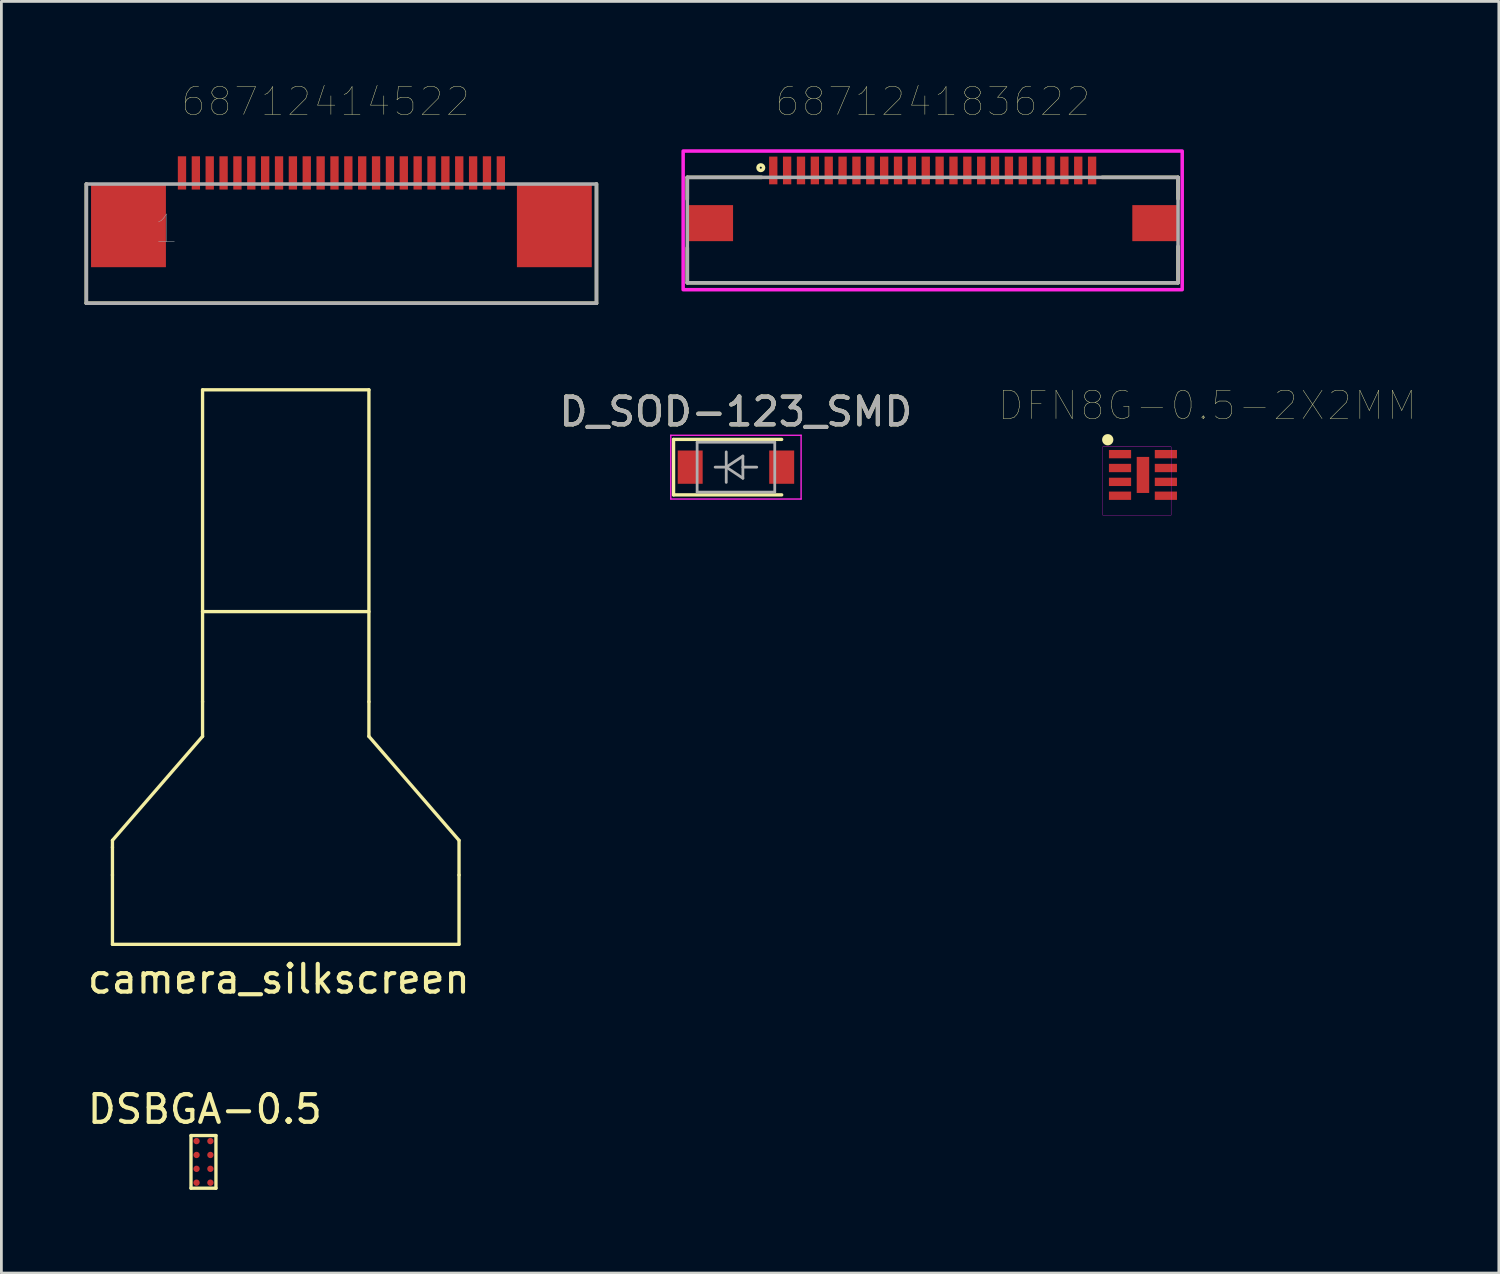
<source format=kicad_pcb>
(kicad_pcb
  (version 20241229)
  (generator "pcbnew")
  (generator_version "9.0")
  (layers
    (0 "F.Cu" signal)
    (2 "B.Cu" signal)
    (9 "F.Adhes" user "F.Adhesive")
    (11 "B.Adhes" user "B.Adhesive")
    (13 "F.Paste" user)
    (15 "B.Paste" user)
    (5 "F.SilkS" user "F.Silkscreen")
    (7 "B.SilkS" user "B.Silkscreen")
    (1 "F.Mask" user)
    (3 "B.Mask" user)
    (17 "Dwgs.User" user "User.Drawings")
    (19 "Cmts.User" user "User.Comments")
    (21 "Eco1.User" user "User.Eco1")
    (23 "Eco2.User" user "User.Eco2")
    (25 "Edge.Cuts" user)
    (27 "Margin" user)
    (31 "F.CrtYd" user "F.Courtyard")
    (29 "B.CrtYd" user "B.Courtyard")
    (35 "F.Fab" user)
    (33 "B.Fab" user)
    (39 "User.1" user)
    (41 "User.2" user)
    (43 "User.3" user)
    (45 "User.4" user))
  (footprint "D_SOD-123_SMD"
    (layer "F.Cu")
    (at 23.494 13.799)
    (property "Reference" "D_SOD-123_SMD" (at 0 -2 0) (layer "F.SilkS") (effects (font (size 1 1) (thickness 0.15))))
    (attr smd)
    (fp_line (start -2.25 -1) (end -2.25 1) (stroke (width 0.12) (type solid)) (layer "F.SilkS"))
    (fp_line (start -2.25 -1) (end 1.65 -1) (stroke (width 0.12) (type solid)) (layer "F.SilkS"))
    (fp_line (start -2.25 1) (end 1.65 1) (stroke (width 0.12) (type solid)) (layer "F.SilkS"))
    (fp_line (start -2.35 -1.15) (end -2.35 1.15) (stroke (width 0.05) (type solid)) (layer "F.CrtYd"))
    (fp_line (start -2.35 -1.15) (end 2.35 -1.15) (stroke (width 0.05) (type solid)) (layer "F.CrtYd"))
    (fp_line (start 2.35 -1.15) (end 2.35 1.15) (stroke (width 0.05) (type solid)) (layer "F.CrtYd"))
    (fp_line (start 2.35 1.15) (end -2.35 1.15) (stroke (width 0.05) (type solid)) (layer "F.CrtYd"))
    (fp_line (start -1.4 -0.9) (end 1.4 -0.9) (stroke (width 0.1) (type solid)) (layer "F.Fab"))
    (fp_line (start -1.4 0.9) (end -1.4 -0.9) (stroke (width 0.1) (type solid)) (layer "F.Fab"))
    (fp_line (start -0.75 0) (end -0.35 0) (stroke (width 0.1) (type solid)) (layer "F.Fab"))
    (fp_line (start -0.35 0) (end -0.35 -0.55) (stroke (width 0.1) (type solid)) (layer "F.Fab"))
    (fp_line (start -0.35 0) (end -0.35 0.55) (stroke (width 0.1) (type solid)) (layer "F.Fab"))
    (fp_line (start -0.35 0) (end 0.25 -0.4) (stroke (width 0.1) (type solid)) (layer "F.Fab"))
    (fp_line (start 0.25 -0.4) (end 0.25 0.4) (stroke (width 0.1) (type solid)) (layer "F.Fab"))
    (fp_line (start 0.25 0) (end 0.75 0) (stroke (width 0.1) (type solid)) (layer "F.Fab"))
    (fp_line (start 0.25 0.4) (end -0.35 0) (stroke (width 0.1) (type solid)) (layer "F.Fab"))
    (fp_line (start 1.4 -0.9) (end 1.4 0.9) (stroke (width 0.1) (type solid)) (layer "F.Fab"))
    (fp_line (start 1.4 0.9) (end -1.4 0.9) (stroke (width 0.1) (type solid)) (layer "F.Fab"))
    (fp_text user "${REFERENCE}" (at 0 -2 0) (layer "F.Fab") (effects (font (size 1 1) (thickness 0.15))))
    (pad "1" smd rect (at -1.65 0) (size 0.9 1.2) (layers "F.Cu" "F.Mask" "F.Paste"))
    (pad "2" smd rect (at 1.65 0) (size 0.9 1.2) (layers "F.Cu" "F.Mask" "F.Paste")))
  (footprint "camera_silkscreen"
    (layer "F.Cu")
    (at 7.256 21.01)
    (property "Reference" "camera_silkscreen" (at -0.25 11.25 0) (layer "F.SilkS") (effects (font (size 1 1) (thickness 0.15))))
    (attr through_hole)
    (fp_line (start -6.25 6.25) (end -3 2.5) (stroke (width 0.12) (type solid)) (layer "F.SilkS"))
    (fp_line (start -6.25 6.5) (end -6.25 6.25) (stroke (width 0.12) (type solid)) (layer "F.SilkS"))
    (fp_line (start -6.25 7.5) (end -6.25 6.5) (stroke (width 0.12) (type solid)) (layer "F.SilkS"))
    (fp_line (start -6.25 10) (end -6.25 7.5) (stroke (width 0.12) (type solid)) (layer "F.SilkS"))
    (fp_line (start -6.25 10) (end 6.25 10) (stroke (width 0.12) (type solid)) (layer "F.SilkS"))
    (fp_line (start -3 -10) (end -3 -2) (stroke (width 0.12) (type solid)) (layer "F.SilkS"))
    (fp_line (start -3 1.25) (end -3 -2) (stroke (width 0.12) (type solid)) (layer "F.SilkS"))
    (fp_line (start -3 2.5) (end -3 1.25) (stroke (width 0.12) (type solid)) (layer "F.SilkS"))
    (fp_line (start 3 -10) (end -3 -10) (stroke (width 0.12) (type solid)) (layer "F.SilkS"))
    (fp_line (start 3 -2) (end -3 -2) (stroke (width 0.12) (type solid)) (layer "F.SilkS"))
    (fp_line (start 3 1.25) (end 3 -10) (stroke (width 0.12) (type solid)) (layer "F.SilkS"))
    (fp_line (start 3 2.5) (end 3 1.25) (stroke (width 0.12) (type solid)) (layer "F.SilkS"))
    (fp_line (start 3 2.5) (end 6.25 6.25) (stroke (width 0.12) (type solid)) (layer "F.SilkS"))
    (fp_line (start 6.25 7.5) (end 6.25 6.25) (stroke (width 0.12) (type solid)) (layer "F.SilkS"))
    (fp_line (start 6.25 10) (end 6.25 7.5) (stroke (width 0.12) (type solid)) (layer "F.SilkS")))
  (footprint "68712414522"
    (layer "F.Cu")
    (at 9.264 5.087)
    (property "Reference" "68712414522" (at -0.57 -4.474 180) (layer "F.SilkS") (effects (font (size 1.002 1.002) (thickness 0.015))))
    (attr through_hole)
    (fp_line (start -9.2 -1.5) (end -9.2 2.8) (stroke (width 0.127) (type solid)) (layer "F.SilkS"))
    (fp_line (start -9.2 2.8) (end 9.2 2.8) (stroke (width 0.127) (type solid)) (layer "F.SilkS"))
    (fp_line (start 9.2 2.8) (end 9.2 -1.5) (stroke (width 0.127) (type solid)) (layer "F.SilkS"))
    (fp_line (start -9.2 -1.5) (end 9.2 -1.5) (stroke (width 0.127) (type solid)) (layer "F.Fab"))
    (fp_line (start -9.2 2.8) (end -9.2 -1.5) (stroke (width 0.127) (type solid)) (layer "F.Fab"))
    (fp_line (start -9.2 2.8) (end 9.2 2.8) (stroke (width 0.127) (type solid)) (layer "F.Fab"))
    (fp_line (start 9.2 -1.5) (end 9.2 2.8) (stroke (width 0.127) (type solid)) (layer "F.Fab"))
    (fp_text user "1" (at -6.311 0.12 180) (layer "F.Fab") (effects (font (size 1.002 1.002) (thickness 0.015))))
    (pad "1" smd rect (at -5.75 -1.9) (size 0.3 1.2) (layers "F.Cu" "F.Mask" "F.Paste"))
    (pad "2" smd rect (at -5.25 -1.9) (size 0.3 1.2) (layers "F.Cu" "F.Mask" "F.Paste"))
    (pad "3" smd rect (at -4.75 -1.9) (size 0.3 1.2) (layers "F.Cu" "F.Mask" "F.Paste"))
    (pad "4" smd rect (at -4.25 -1.9) (size 0.3 1.2) (layers "F.Cu" "F.Mask" "F.Paste"))
    (pad "5" smd rect (at -3.75 -1.9) (size 0.3 1.2) (layers "F.Cu" "F.Mask" "F.Paste"))
    (pad "6" smd rect (at -3.25 -1.9) (size 0.3 1.2) (layers "F.Cu" "F.Mask" "F.Paste"))
    (pad "7" smd rect (at -2.75 -1.9) (size 0.3 1.2) (layers "F.Cu" "F.Mask" "F.Paste"))
    (pad "8" smd rect (at -2.25 -1.9) (size 0.3 1.2) (layers "F.Cu" "F.Mask" "F.Paste"))
    (pad "9" smd rect (at -1.75 -1.9) (size 0.3 1.2) (layers "F.Cu" "F.Mask" "F.Paste"))
    (pad "10" smd rect (at -1.25 -1.9) (size 0.3 1.2) (layers "F.Cu" "F.Mask" "F.Paste"))
    (pad "11" smd rect (at -0.75 -1.9) (size 0.3 1.2) (layers "F.Cu" "F.Mask" "F.Paste"))
    (pad "12" smd rect (at -0.25 -1.9) (size 0.3 1.2) (layers "F.Cu" "F.Mask" "F.Paste"))
    (pad "13" smd rect (at 0.25 -1.9) (size 0.3 1.2) (layers "F.Cu" "F.Mask" "F.Paste"))
    (pad "14" smd rect (at 0.75 -1.9) (size 0.3 1.2) (layers "F.Cu" "F.Mask" "F.Paste"))
    (pad "15" smd rect (at 1.25 -1.9) (size 0.3 1.2) (layers "F.Cu" "F.Mask" "F.Paste"))
    (pad "16" smd rect (at 1.75 -1.9) (size 0.3 1.2) (layers "F.Cu" "F.Mask" "F.Paste"))
    (pad "17" smd rect (at 2.25 -1.9) (size 0.3 1.2) (layers "F.Cu" "F.Mask" "F.Paste"))
    (pad "18" smd rect (at 2.75 -1.9) (size 0.3 1.2) (layers "F.Cu" "F.Mask" "F.Paste"))
    (pad "19" smd rect (at 3.25 -1.9) (size 0.3 1.2) (layers "F.Cu" "F.Mask" "F.Paste"))
    (pad "20" smd rect (at 3.75 -1.9) (size 0.3 1.2) (layers "F.Cu" "F.Mask" "F.Paste"))
    (pad "21" smd rect (at 4.25 -1.9) (size 0.3 1.2) (layers "F.Cu" "F.Mask" "F.Paste"))
    (pad "22" smd rect (at 4.75 -1.9) (size 0.3 1.2) (layers "F.Cu" "F.Mask" "F.Paste"))
    (pad "23" smd rect (at 5.25 -1.9) (size 0.3 1.2) (layers "F.Cu" "F.Mask" "F.Paste"))
    (pad "24" smd rect (at 5.75 -1.9) (size 0.3 1.2) (layers "F.Cu" "F.Mask" "F.Paste"))
    (pad "Z1" smd rect (at -7.68 0) (size 2.7 3) (layers "F.Cu" "F.Mask" "F.Paste"))
    (pad "Z2" smd rect (at 7.68 0) (size 2.7 3) (layers "F.Cu" "F.Mask" "F.Paste")))
  (footprint "687124183622"
    (layer "F.Cu")
    (at 30.59 4.998)
    (property "Reference" "687124183622" (at 0.005 -4.385 0) (layer "F.SilkS") (effects (font (size 1.002 1.002) (thickness 0.015))))
    (attr through_hole)
    (fp_line (start -8.85 -1.65) (end -8.85 -0.86) (stroke (width 0.127) (type solid)) (layer "F.SilkS"))
    (fp_line (start -8.85 0.89) (end -8.85 2.15) (stroke (width 0.127) (type solid)) (layer "F.SilkS"))
    (fp_line (start -8.85 2.15) (end 8.85 2.15) (stroke (width 0.127) (type solid)) (layer "F.SilkS"))
    (fp_line (start -6.17 -1.65) (end -8.85 -1.65) (stroke (width 0.127) (type solid)) (layer "F.SilkS"))
    (fp_line (start 6.11 -1.65) (end 8.85 -1.65) (stroke (width 0.127) (type solid)) (layer "F.SilkS"))
    (fp_line (start 8.85 -1.65) (end 8.85 -0.88) (stroke (width 0.127) (type solid)) (layer "F.SilkS"))
    (fp_line (start 8.85 2.15) (end 8.85 0.84) (stroke (width 0.127) (type solid)) (layer "F.SilkS"))
    (fp_circle (center -6.2 -2) (end -6.1 -2) (stroke (width 0.127) (type solid)) (fill no) (layer "F.SilkS"))
    (fp_poly (pts (xy -9 -2.6) (xy 9 -2.6) (xy 9 2.4) (xy -9 2.4)) (stroke (width 0.127) (type solid)) (fill no) (layer "F.CrtYd"))
    (fp_line (start -8.85 -1.65) (end 8.85 -1.65) (stroke (width 0.127) (type solid)) (layer "F.Fab"))
    (fp_line (start -8.85 2.15) (end -8.85 -1.65) (stroke (width 0.127) (type solid)) (layer "F.Fab"))
    (fp_line (start 8.85 -1.65) (end 8.85 2.15) (stroke (width 0.127) (type solid)) (layer "F.Fab"))
    (fp_line (start 8.85 2.15) (end -8.85 2.15) (stroke (width 0.127) (type solid)) (layer "F.Fab"))
    (pad "1" smd rect (at -5.75 -1.9) (size 0.3 1) (layers "F.Cu" "F.Mask" "F.Paste"))
    (pad "2" smd rect (at -5.25 -1.9) (size 0.3 1) (layers "F.Cu" "F.Mask" "F.Paste"))
    (pad "3" smd rect (at -4.75 -1.9) (size 0.3 1) (layers "F.Cu" "F.Mask" "F.Paste"))
    (pad "4" smd rect (at -4.25 -1.9) (size 0.3 1) (layers "F.Cu" "F.Mask" "F.Paste"))
    (pad "5" smd rect (at -3.75 -1.9) (size 0.3 1) (layers "F.Cu" "F.Mask" "F.Paste"))
    (pad "6" smd rect (at -3.25 -1.9) (size 0.3 1) (layers "F.Cu" "F.Mask" "F.Paste"))
    (pad "7" smd rect (at -2.75 -1.9) (size 0.3 1) (layers "F.Cu" "F.Mask" "F.Paste"))
    (pad "8" smd rect (at -2.25 -1.9) (size 0.3 1) (layers "F.Cu" "F.Mask" "F.Paste"))
    (pad "9" smd rect (at -1.75 -1.9) (size 0.3 1) (layers "F.Cu" "F.Mask" "F.Paste"))
    (pad "10" smd rect (at -1.25 -1.9) (size 0.3 1) (layers "F.Cu" "F.Mask" "F.Paste"))
    (pad "11" smd rect (at -0.75 -1.9) (size 0.3 1) (layers "F.Cu" "F.Mask" "F.Paste"))
    (pad "12" smd rect (at -0.25 -1.9) (size 0.3 1) (layers "F.Cu" "F.Mask" "F.Paste"))
    (pad "13" smd rect (at 0.25 -1.9) (size 0.3 1) (layers "F.Cu" "F.Mask" "F.Paste"))
    (pad "14" smd rect (at 0.75 -1.9) (size 0.3 1) (layers "F.Cu" "F.Mask" "F.Paste"))
    (pad "15" smd rect (at 1.25 -1.9) (size 0.3 1) (layers "F.Cu" "F.Mask" "F.Paste"))
    (pad "16" smd rect (at 1.75 -1.9) (size 0.3 1) (layers "F.Cu" "F.Mask" "F.Paste"))
    (pad "17" smd rect (at 2.25 -1.9) (size 0.3 1) (layers "F.Cu" "F.Mask" "F.Paste"))
    (pad "18" smd rect (at 2.75 -1.9) (size 0.3 1) (layers "F.Cu" "F.Mask" "F.Paste"))
    (pad "19" smd rect (at 3.25 -1.9) (size 0.3 1) (layers "F.Cu" "F.Mask" "F.Paste"))
    (pad "20" smd rect (at 3.75 -1.9) (size 0.3 1) (layers "F.Cu" "F.Mask" "F.Paste"))
    (pad "21" smd rect (at 4.25 -1.9) (size 0.3 1) (layers "F.Cu" "F.Mask" "F.Paste"))
    (pad "22" smd rect (at 4.75 -1.9) (size 0.3 1) (layers "F.Cu" "F.Mask" "F.Paste"))
    (pad "23" smd rect (at 5.25 -1.9) (size 0.3 1) (layers "F.Cu" "F.Mask" "F.Paste"))
    (pad "24" smd rect (at 5.75 -1.9) (size 0.3 1) (layers "F.Cu" "F.Mask" "F.Paste"))
    (pad "Z1" smd rect (at -8.025 0) (size 1.65 1.3) (layers "F.Cu" "F.Mask" "F.Paste"))
    (pad "Z2" smd rect (at 8.025 0) (size 1.65 1.3) (layers "F.Cu" "F.Mask" "F.Paste")))
  (footprint "DSBGA-0.5"
    (layer "F.Cu")
    (at 4.289 38.857)
    (property "Reference" "DSBGA-0.5" (at 0.05 -1.9 0) (layer "F.SilkS") (effects (font (size 1 1) (thickness 0.15))))
    (attr through_hole)
    (fp_line (start -0.45 -0.95) (end -0.45 0.95) (stroke (width 0.12) (type solid)) (layer "F.SilkS"))
    (fp_line (start -0.45 0.95) (end 0.45 0.95) (stroke (width 0.12) (type solid)) (layer "F.SilkS"))
    (fp_line (start 0.45 -0.95) (end -0.45 -0.95) (stroke (width 0.12) (type solid)) (layer "F.SilkS"))
    (fp_line (start 0.45 0.95) (end 0.45 -0.95) (stroke (width 0.12) (type solid)) (layer "F.SilkS"))
    (pad "A1" smd circle (at -0.25 -0.75) (size 0.23 0.23) (layers "F.Cu" "F.Mask" "F.Paste"))
    (pad "A2" smd circle (at 0.25 -0.75) (size 0.23 0.23) (layers "F.Cu" "F.Mask" "F.Paste"))
    (pad "B1" smd circle (at -0.25 -0.25) (size 0.23 0.23) (layers "F.Cu" "F.Mask" "F.Paste"))
    (pad "B2" smd circle (at 0.25 -0.25) (size 0.23 0.23) (layers "F.Cu" "F.Mask" "F.Paste"))
    (pad "C1" smd circle (at -0.25 0.25) (size 0.23 0.23) (layers "F.Cu" "F.Mask" "F.Paste"))
    (pad "C2" smd circle (at 0.25 0.25) (size 0.23 0.23) (layers "F.Cu" "F.Mask" "F.Paste"))
    (pad "D1" smd circle (at -0.25 0.75) (size 0.23 0.23) (layers "F.Cu" "F.Mask" "F.Paste"))
    (pad "D2" smd circle (at 0.25 0.75) (size 0.23 0.23) (layers "F.Cu" "F.Mask" "F.Paste")))
  (footprint "DFN8G-0.5-2X2MM"
    (layer "F.Cu")
    (at 38.174 14.08)
    (property "Reference" "DFN8G-0.5-2X2MM" (at 2.319 -2.505 0) (layer "F.SilkS") (effects (font (size 1.023 1.023) (thickness 0.015))))
    (attr through_hole)
    (fp_circle (center -1.27 -1.27) (end -1.067 -1.27) (stroke (width 0) (type solid)) (fill yes) (layer "F.SilkS"))
    (fp_poly (pts (xy -1.452 -1.016) (xy 1.016 -1.016) (xy 1.016 1.452) (xy -1.452 1.452)) (stroke (width 0.01) (type solid)) (fill no) (layer "F.CrtYd"))
    (pad "1" smd rect (at -0.827 -0.75) (size 0.8 0.3) (layers "F.Cu" "F.Mask" "F.Paste"))
    (pad "2" smd rect (at -0.827 -0.25) (size 0.8 0.3) (layers "F.Cu" "F.Mask" "F.Paste"))
    (pad "3" smd rect (at -0.827 0.25) (size 0.8 0.3) (layers "F.Cu" "F.Mask" "F.Paste"))
    (pad "4" smd rect (at -0.827 0.75) (size 0.8 0.3) (layers "F.Cu" "F.Mask" "F.Paste"))
    (pad "5" smd rect (at 0.827 0.75) (size 0.8 0.3) (layers "F.Cu" "F.Mask" "F.Paste"))
    (pad "6" smd rect (at 0.827 0.25) (size 0.8 0.3) (layers "F.Cu" "F.Mask" "F.Paste"))
    (pad "7" smd rect (at 0.827 -0.25) (size 0.8 0.3) (layers "F.Cu" "F.Mask" "F.Paste"))
    (pad "8" smd rect (at 0.827 -0.75) (size 0.8 0.3) (layers "F.Cu" "F.Mask" "F.Paste"))
    (pad "9" smd rect (at 0 0) (size 0.45 1.3) (layers "F.Cu" "F.Mask" "F.Paste")))
  (gr_rect
    (start -3 -3)
    (end 51.01 42.867)
    (stroke (width 0.1) (type default))
    (fill no)
    (layer "Edge.Cuts")))
</source>
